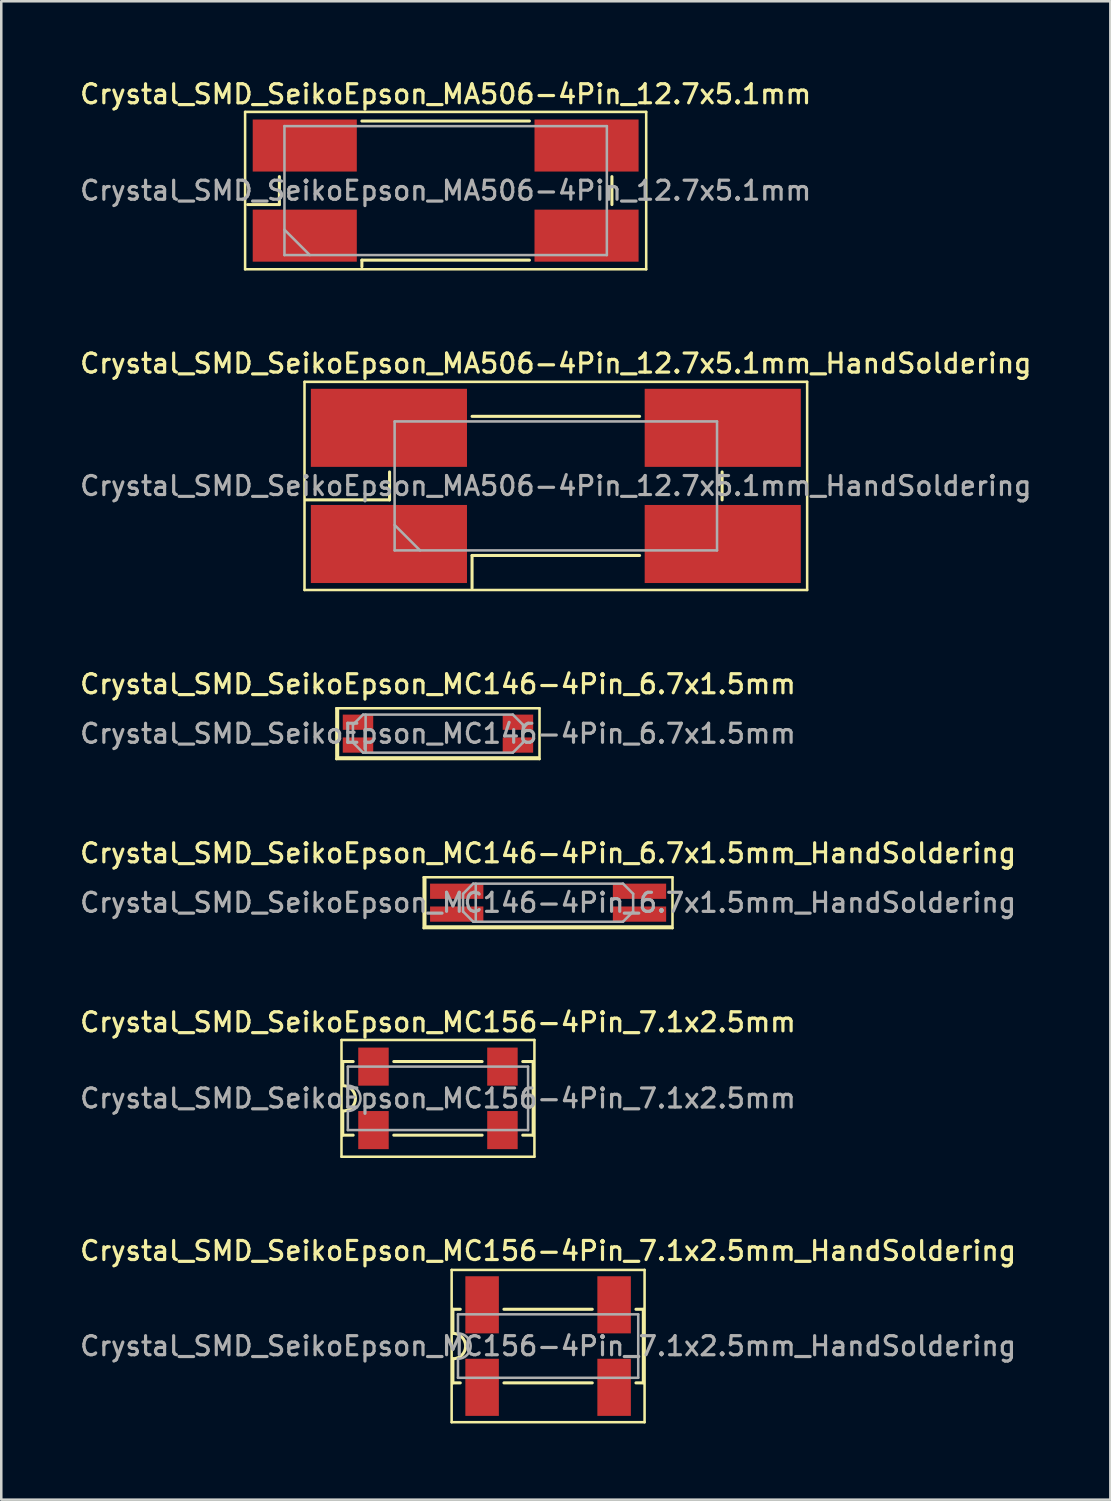
<source format=kicad_pcb>
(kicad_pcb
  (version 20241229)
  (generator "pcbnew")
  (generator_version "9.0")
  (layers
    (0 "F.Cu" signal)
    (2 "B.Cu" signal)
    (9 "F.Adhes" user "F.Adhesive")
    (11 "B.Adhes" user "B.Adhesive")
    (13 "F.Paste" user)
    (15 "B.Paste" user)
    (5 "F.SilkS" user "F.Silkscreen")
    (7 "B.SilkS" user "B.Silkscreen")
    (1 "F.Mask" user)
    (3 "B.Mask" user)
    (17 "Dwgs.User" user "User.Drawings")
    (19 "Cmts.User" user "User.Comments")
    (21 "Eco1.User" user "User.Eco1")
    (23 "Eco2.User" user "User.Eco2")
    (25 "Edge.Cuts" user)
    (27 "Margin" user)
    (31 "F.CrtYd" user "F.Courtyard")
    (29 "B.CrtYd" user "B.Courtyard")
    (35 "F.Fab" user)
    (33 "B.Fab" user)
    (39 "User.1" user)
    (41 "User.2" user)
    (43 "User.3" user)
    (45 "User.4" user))
  (footprint "Crystal_SMD_SeikoEpson_MC156-4Pin_7.1x2.5mm"
    (layer "F.Cu")
    (at 14.202 40.216)
    (property "Reference" "Crystal_SMD_SeikoEpson_MC156-4Pin_7.1x2.5mm" (at 0 -3 0) (layer "F.SilkS") (effects (font (size 0.75 0.75) (thickness 0.125))))
    (attr smd)
    (fp_line (start -3.8 -2.3) (end -3.8 2.3) (stroke (width 0.1) (type solid)) (layer "F.SilkS"))
    (fp_line (start -3.8 2.3) (end 3.8 2.3) (stroke (width 0.1) (type solid)) (layer "F.SilkS"))
    (fp_line (start -3.75 -1.45) (end -3.34 -1.45) (stroke (width 0.12) (type solid)) (layer "F.SilkS"))
    (fp_line (start -3.75 -0.5) (end -3.75 -1.45) (stroke (width 0.12) (type solid)) (layer "F.SilkS"))
    (fp_line (start -3.75 1.45) (end -3.75 0.5) (stroke (width 0.12) (type solid)) (layer "F.SilkS"))
    (fp_line (start -3.75 1.45) (end -3.34 1.45) (stroke (width 0.12) (type solid)) (layer "F.SilkS"))
    (fp_line (start -1.74 -1.45) (end 1.74 -1.45) (stroke (width 0.12) (type solid)) (layer "F.SilkS"))
    (fp_line (start 1.74 1.45) (end -1.74 1.45) (stroke (width 0.12) (type solid)) (layer "F.SilkS"))
    (fp_line (start 3.34 -1.45) (end 3.75 -1.45) (stroke (width 0.12) (type solid)) (layer "F.SilkS"))
    (fp_line (start 3.75 -1.45) (end 3.75 1.45) (stroke (width 0.12) (type solid)) (layer "F.SilkS"))
    (fp_line (start 3.75 1.45) (end 3.34 1.45) (stroke (width 0.12) (type solid)) (layer "F.SilkS"))
    (fp_line (start 3.8 -2.3) (end -3.8 -2.3) (stroke (width 0.1) (type solid)) (layer "F.SilkS"))
    (fp_line (start 3.8 2.3) (end 3.8 -2.3) (stroke (width 0.1) (type solid)) (layer "F.SilkS"))
    (fp_arc (start -3.75 -0.5) (mid -3.25 0) (end -3.75 0.5) (stroke (width 0.12) (type solid)) (layer "F.SilkS"))
    (fp_line (start -3.55 -1.25) (end 3.55 -1.25) (stroke (width 0.1) (type solid)) (layer "F.Fab"))
    (fp_line (start -3.55 -0.5) (end -3.55 -1.25) (stroke (width 0.1) (type solid)) (layer "F.Fab"))
    (fp_line (start -3.55 1.25) (end -3.55 0.5) (stroke (width 0.1) (type solid)) (layer "F.Fab"))
    (fp_line (start 3.55 -1.25) (end 3.55 1.25) (stroke (width 0.1) (type solid)) (layer "F.Fab"))
    (fp_line (start 3.55 1.25) (end -3.55 1.25) (stroke (width 0.1) (type solid)) (layer "F.Fab"))
    (fp_arc (start -3.55 -0.5) (mid -3.05 0) (end -3.55 0.5) (stroke (width 0.1) (type solid)) (layer "F.Fab"))
    (fp_text user "${REFERENCE}" (at 0 0 0) (layer "F.Fab") (effects (font (size 0.75 0.75) (thickness 0.125))))
    (pad "1" smd rect (at -2.54 1.25) (size 1.2 1.5) (layers "F.Cu" "F.Mask" "F.Paste"))
    (pad "2" smd rect (at 2.54 1.25) (size 1.2 1.5) (layers "F.Cu" "F.Mask" "F.Paste"))
    (pad "3" smd rect (at 2.54 -1.25) (size 1.2 1.5) (layers "F.Cu" "F.Mask" "F.Paste"))
    (pad "4" smd rect (at -2.54 -1.25) (size 1.2 1.5) (layers "F.Cu" "F.Mask" "F.Paste")))
  (footprint "Crystal_SMD_SeikoEpson_MC146-4Pin_6.7x1.5mm_HandSoldering"
    (layer "F.Cu")
    (at 18.541 32.508)
    (property "Reference" "Crystal_SMD_SeikoEpson_MC146-4Pin_6.7x1.5mm_HandSoldering" (at 0 -1.95 0) (layer "F.SilkS") (effects (font (size 0.75 0.75) (thickness 0.125))))
    (attr smd)
    (fp_line (start -4.9 -1) (end -4.9 1) (stroke (width 0.1) (type solid)) (layer "F.SilkS"))
    (fp_line (start -4.9 1) (end 4.9 1) (stroke (width 0.1) (type solid)) (layer "F.SilkS"))
    (fp_line (start -4.85 -0.95) (end -4.85 0.95) (stroke (width 0.12) (type solid)) (layer "F.SilkS"))
    (fp_line (start -4.85 0.95) (end 4.85 0.95) (stroke (width 0.12) (type solid)) (layer "F.SilkS"))
    (fp_line (start 4.9 -1) (end -4.9 -1) (stroke (width 0.1) (type solid)) (layer "F.SilkS"))
    (fp_line (start 4.9 1) (end 4.9 -1) (stroke (width 0.1) (type solid)) (layer "F.SilkS"))
    (fp_line (start -3.35 -0.35) (end -2.95 -0.75) (stroke (width 0.1) (type solid)) (layer "F.Fab"))
    (fp_line (start -3.35 0.35) (end -3.35 -0.35) (stroke (width 0.1) (type solid)) (layer "F.Fab"))
    (fp_line (start -2.95 -0.75) (end 2.95 -0.75) (stroke (width 0.1) (type solid)) (layer "F.Fab"))
    (fp_line (start -2.95 0.75) (end -3.35 0.35) (stroke (width 0.1) (type solid)) (layer "F.Fab"))
    (fp_line (start -2.85 -0.75) (end -2.85 0.75) (stroke (width 0.1) (type solid)) (layer "F.Fab"))
    (fp_line (start 2.95 -0.75) (end 3.35 -0.35) (stroke (width 0.1) (type solid)) (layer "F.Fab"))
    (fp_line (start 2.95 0.75) (end -2.95 0.75) (stroke (width 0.1) (type solid)) (layer "F.Fab"))
    (fp_line (start 3.35 -0.35) (end 3.35 0.35) (stroke (width 0.1) (type solid)) (layer "F.Fab"))
    (fp_line (start 3.35 0.35) (end 2.95 0.75) (stroke (width 0.1) (type solid)) (layer "F.Fab"))
    (fp_text user "${REFERENCE}" (at 0 0 0) (layer "F.Fab") (effects (font (size 0.75 0.75) (thickness 0.125))))
    (pad "1" smd rect (at -3.6 0.45) (size 2.1 0.6) (layers "F.Cu" "F.Mask" "F.Paste"))
    (pad "2" smd rect (at 3.6 0.45) (size 2.1 0.6) (layers "F.Cu" "F.Mask" "F.Paste"))
    (pad "3" smd rect (at 3.6 -0.45) (size 2.1 0.6) (layers "F.Cu" "F.Mask" "F.Paste"))
    (pad "4" smd rect (at -3.6 -0.45) (size 2.1 0.6) (layers "F.Cu" "F.Mask" "F.Paste")))
  (footprint "Crystal_SMD_SeikoEpson_MA506-4Pin_12.7x5.1mm_HandSoldering"
    (layer "F.Cu")
    (at 18.845 16.091)
    (property "Reference" "Crystal_SMD_SeikoEpson_MA506-4Pin_12.7x5.1mm_HandSoldering" (at 0 -4.825 0) (layer "F.SilkS") (effects (font (size 0.75 0.75) (thickness 0.125))))
    (attr smd)
    (fp_line (start -9.9 -4.1) (end -9.9 4.1) (stroke (width 0.1) (type solid)) (layer "F.SilkS"))
    (fp_line (start -9.9 4.1) (end 9.9 4.1) (stroke (width 0.1) (type solid)) (layer "F.SilkS"))
    (fp_line (start -9.85 0.55) (end -6.55 0.55) (stroke (width 0.12) (type solid)) (layer "F.SilkS"))
    (fp_line (start -6.55 0.55) (end -6.55 -0.55) (stroke (width 0.12) (type solid)) (layer "F.SilkS"))
    (fp_line (start -3.3 -2.74) (end 3.3 -2.74) (stroke (width 0.12) (type solid)) (layer "F.SilkS"))
    (fp_line (start -3.3 2.74) (end -3.3 4.025) (stroke (width 0.12) (type solid)) (layer "F.SilkS"))
    (fp_line (start 3.3 2.74) (end -3.3 2.74) (stroke (width 0.12) (type solid)) (layer "F.SilkS"))
    (fp_line (start 6.55 -0.55) (end 6.55 0.55) (stroke (width 0.12) (type solid)) (layer "F.SilkS"))
    (fp_line (start 9.9 -4.1) (end -9.9 -4.1) (stroke (width 0.1) (type solid)) (layer "F.SilkS"))
    (fp_line (start 9.9 4.1) (end 9.9 -4.1) (stroke (width 0.1) (type solid)) (layer "F.SilkS"))
    (fp_line (start -6.35 -2.54) (end -6.35 2.54) (stroke (width 0.1) (type solid)) (layer "F.Fab"))
    (fp_line (start -6.35 1.54) (end -5.35 2.54) (stroke (width 0.1) (type solid)) (layer "F.Fab"))
    (fp_line (start -6.35 2.54) (end 6.35 2.54) (stroke (width 0.1) (type solid)) (layer "F.Fab"))
    (fp_line (start 6.35 -2.54) (end -6.35 -2.54) (stroke (width 0.1) (type solid)) (layer "F.Fab"))
    (fp_line (start 6.35 2.54) (end 6.35 -2.54) (stroke (width 0.1) (type solid)) (layer "F.Fab"))
    (fp_text user "${REFERENCE}" (at 0 0 0) (layer "F.Fab") (effects (font (size 0.75 0.75) (thickness 0.125))))
    (pad "1" smd rect (at -6.575 2.288) (size 6.15 3.075) (layers "F.Cu" "F.Mask" "F.Paste"))
    (pad "2" smd rect (at 6.575 2.288) (size 6.15 3.075) (layers "F.Cu" "F.Mask" "F.Paste"))
    (pad "3" smd rect (at 6.575 -2.288) (size 6.15 3.075) (layers "F.Cu" "F.Mask" "F.Paste"))
    (pad "4" smd rect (at -6.575 -2.288) (size 6.15 3.075) (layers "F.Cu" "F.Mask" "F.Paste")))
  (footprint "Crystal_SMD_SeikoEpson_MA506-4Pin_12.7x5.1mm"
    (layer "F.Cu")
    (at 14.505 4.458)
    (property "Reference" "Crystal_SMD_SeikoEpson_MA506-4Pin_12.7x5.1mm" (at 0 -3.8 0) (layer "F.SilkS") (effects (font (size 0.75 0.75) (thickness 0.125))))
    (attr smd)
    (fp_line (start -7.9 -3.1) (end -7.9 3.1) (stroke (width 0.1) (type solid)) (layer "F.SilkS"))
    (fp_line (start -7.9 3.1) (end 7.9 3.1) (stroke (width 0.1) (type solid)) (layer "F.SilkS"))
    (fp_line (start -7.8 0.55) (end -6.55 0.55) (stroke (width 0.12) (type solid)) (layer "F.SilkS"))
    (fp_line (start -6.55 0.55) (end -6.55 -0.55) (stroke (width 0.12) (type solid)) (layer "F.SilkS"))
    (fp_line (start -3.3 -2.74) (end 3.3 -2.74) (stroke (width 0.12) (type solid)) (layer "F.SilkS"))
    (fp_line (start -3.3 2.74) (end -3.3 3) (stroke (width 0.12) (type solid)) (layer "F.SilkS"))
    (fp_line (start 3.3 2.74) (end -3.3 2.74) (stroke (width 0.12) (type solid)) (layer "F.SilkS"))
    (fp_line (start 6.55 -0.55) (end 6.55 0.55) (stroke (width 0.12) (type solid)) (layer "F.SilkS"))
    (fp_line (start 7.9 -3.1) (end -7.9 -3.1) (stroke (width 0.1) (type solid)) (layer "F.SilkS"))
    (fp_line (start 7.9 3.1) (end 7.9 -3.1) (stroke (width 0.1) (type solid)) (layer "F.SilkS"))
    (fp_line (start -6.35 -2.54) (end -6.35 2.54) (stroke (width 0.1) (type solid)) (layer "F.Fab"))
    (fp_line (start -6.35 1.54) (end -5.35 2.54) (stroke (width 0.1) (type solid)) (layer "F.Fab"))
    (fp_line (start -6.35 2.54) (end 6.35 2.54) (stroke (width 0.1) (type solid)) (layer "F.Fab"))
    (fp_line (start 6.35 -2.54) (end -6.35 -2.54) (stroke (width 0.1) (type solid)) (layer "F.Fab"))
    (fp_line (start 6.35 2.54) (end 6.35 -2.54) (stroke (width 0.1) (type solid)) (layer "F.Fab"))
    (fp_text user "${REFERENCE}" (at 0 0 0) (layer "F.Fab") (effects (font (size 0.75 0.75) (thickness 0.125))))
    (pad "1" smd rect (at -5.55 1.775) (size 4.1 2.05) (layers "F.Cu" "F.Mask" "F.Paste"))
    (pad "2" smd rect (at 5.55 1.775) (size 4.1 2.05) (layers "F.Cu" "F.Mask" "F.Paste"))
    (pad "3" smd rect (at 5.55 -1.775) (size 4.1 2.05) (layers "F.Cu" "F.Mask" "F.Paste"))
    (pad "4" smd rect (at -5.55 -1.775) (size 4.1 2.05) (layers "F.Cu" "F.Mask" "F.Paste")))
  (footprint "Crystal_SMD_SeikoEpson_MC156-4Pin_7.1x2.5mm_HandSoldering"
    (layer "F.Cu")
    (at 18.541 49.974)
    (property "Reference" "Crystal_SMD_SeikoEpson_MC156-4Pin_7.1x2.5mm_HandSoldering" (at 0 -3.75 0) (layer "F.SilkS") (effects (font (size 0.75 0.75) (thickness 0.125))))
    (attr smd)
    (fp_line (start -3.8 -3) (end -3.8 3) (stroke (width 0.1) (type solid)) (layer "F.SilkS"))
    (fp_line (start -3.8 3) (end 3.8 3) (stroke (width 0.1) (type solid)) (layer "F.SilkS"))
    (fp_line (start -3.75 -1.45) (end -3.46 -1.45) (stroke (width 0.12) (type solid)) (layer "F.SilkS"))
    (fp_line (start -3.75 -0.5) (end -3.75 -1.45) (stroke (width 0.12) (type solid)) (layer "F.SilkS"))
    (fp_line (start -3.75 1.45) (end -3.75 0.5) (stroke (width 0.12) (type solid)) (layer "F.SilkS"))
    (fp_line (start -3.75 1.45) (end -3.46 1.45) (stroke (width 0.12) (type solid)) (layer "F.SilkS"))
    (fp_line (start -1.74 -1.45) (end 1.74 -1.45) (stroke (width 0.12) (type solid)) (layer "F.SilkS"))
    (fp_line (start 1.74 1.45) (end -1.74 1.45) (stroke (width 0.12) (type solid)) (layer "F.SilkS"))
    (fp_line (start 3.46 -1.45) (end 3.75 -1.45) (stroke (width 0.12) (type solid)) (layer "F.SilkS"))
    (fp_line (start 3.75 -1.45) (end 3.75 1.45) (stroke (width 0.12) (type solid)) (layer "F.SilkS"))
    (fp_line (start 3.75 1.45) (end 3.46 1.45) (stroke (width 0.12) (type solid)) (layer "F.SilkS"))
    (fp_line (start 3.8 -3) (end -3.8 -3) (stroke (width 0.1) (type solid)) (layer "F.SilkS"))
    (fp_line (start 3.8 3) (end 3.8 -3) (stroke (width 0.1) (type solid)) (layer "F.SilkS"))
    (fp_arc (start -3.75 -0.5) (mid -3.25 0) (end -3.75 0.5) (stroke (width 0.12) (type solid)) (layer "F.SilkS"))
    (fp_line (start -3.55 -1.25) (end 3.55 -1.25) (stroke (width 0.1) (type solid)) (layer "F.Fab"))
    (fp_line (start -3.55 -0.5) (end -3.55 -1.25) (stroke (width 0.1) (type solid)) (layer "F.Fab"))
    (fp_line (start -3.55 1.25) (end -3.55 0.5) (stroke (width 0.1) (type solid)) (layer "F.Fab"))
    (fp_line (start 3.55 -1.25) (end 3.55 1.25) (stroke (width 0.1) (type solid)) (layer "F.Fab"))
    (fp_line (start 3.55 1.25) (end -3.55 1.25) (stroke (width 0.1) (type solid)) (layer "F.Fab"))
    (fp_arc (start -3.55 -0.5) (mid -3.05 0) (end -3.55 0.5) (stroke (width 0.1) (type solid)) (layer "F.Fab"))
    (fp_text user "${REFERENCE}" (at 0 0 0) (layer "F.Fab") (effects (font (size 0.75 0.75) (thickness 0.125))))
    (pad "1" smd rect (at -2.6 1.625) (size 1.32 2.25) (layers "F.Cu" "F.Mask" "F.Paste"))
    (pad "2" smd rect (at 2.6 1.625) (size 1.32 2.25) (layers "F.Cu" "F.Mask" "F.Paste"))
    (pad "3" smd rect (at 2.6 -1.625) (size 1.32 2.25) (layers "F.Cu" "F.Mask" "F.Paste"))
    (pad "4" smd rect (at -2.6 -1.625) (size 1.32 2.25) (layers "F.Cu" "F.Mask" "F.Paste")))
  (footprint "Crystal_SMD_SeikoEpson_MC146-4Pin_6.7x1.5mm"
    (layer "F.Cu")
    (at 14.202 25.849)
    (property "Reference" "Crystal_SMD_SeikoEpson_MC146-4Pin_6.7x1.5mm" (at 0 -1.95 0) (layer "F.SilkS") (effects (font (size 0.75 0.75) (thickness 0.125))))
    (attr smd)
    (fp_line (start -4 -1) (end -4 1) (stroke (width 0.1) (type solid)) (layer "F.SilkS"))
    (fp_line (start -4 1) (end 4 1) (stroke (width 0.1) (type solid)) (layer "F.SilkS"))
    (fp_line (start -3.95 -0.95) (end -3.95 0.95) (stroke (width 0.12) (type solid)) (layer "F.SilkS"))
    (fp_line (start -3.95 0.95) (end 3.95 0.95) (stroke (width 0.12) (type solid)) (layer "F.SilkS"))
    (fp_line (start 4 -1) (end -4 -1) (stroke (width 0.1) (type solid)) (layer "F.SilkS"))
    (fp_line (start 4 1) (end 4 -1) (stroke (width 0.1) (type solid)) (layer "F.SilkS"))
    (fp_line (start -3.35 -0.35) (end -2.95 -0.75) (stroke (width 0.1) (type solid)) (layer "F.Fab"))
    (fp_line (start -3.35 0.35) (end -3.35 -0.35) (stroke (width 0.1) (type solid)) (layer "F.Fab"))
    (fp_line (start -2.95 -0.75) (end 2.95 -0.75) (stroke (width 0.1) (type solid)) (layer "F.Fab"))
    (fp_line (start -2.95 0.75) (end -3.35 0.35) (stroke (width 0.1) (type solid)) (layer "F.Fab"))
    (fp_line (start -2.85 -0.75) (end -2.85 0.75) (stroke (width 0.1) (type solid)) (layer "F.Fab"))
    (fp_line (start 2.95 -0.75) (end 3.35 -0.35) (stroke (width 0.1) (type solid)) (layer "F.Fab"))
    (fp_line (start 2.95 0.75) (end -2.95 0.75) (stroke (width 0.1) (type solid)) (layer "F.Fab"))
    (fp_line (start 3.35 -0.35) (end 3.35 0.35) (stroke (width 0.1) (type solid)) (layer "F.Fab"))
    (fp_line (start 3.35 0.35) (end 2.95 0.75) (stroke (width 0.1) (type solid)) (layer "F.Fab"))
    (fp_text user "${REFERENCE}" (at 0 0 0) (layer "F.Fab") (effects (font (size 0.75 0.75) (thickness 0.125))))
    (pad "1" smd rect (at -3.15 0.45) (size 1.2 0.6) (layers "F.Cu" "F.Mask" "F.Paste"))
    (pad "2" smd rect (at 3.15 0.45) (size 1.2 0.6) (layers "F.Cu" "F.Mask" "F.Paste"))
    (pad "3" smd rect (at 3.15 -0.45) (size 1.2 0.6) (layers "F.Cu" "F.Mask" "F.Paste"))
    (pad "4" smd rect (at -3.15 -0.45) (size 1.2 0.6) (layers "F.Cu" "F.Mask" "F.Paste")))
  (gr_rect
    (start -3 -3)
    (end 40.689 56.024)
    (stroke (width 0.1) (type default))
    (fill no)
    (layer "Edge.Cuts")))
</source>
